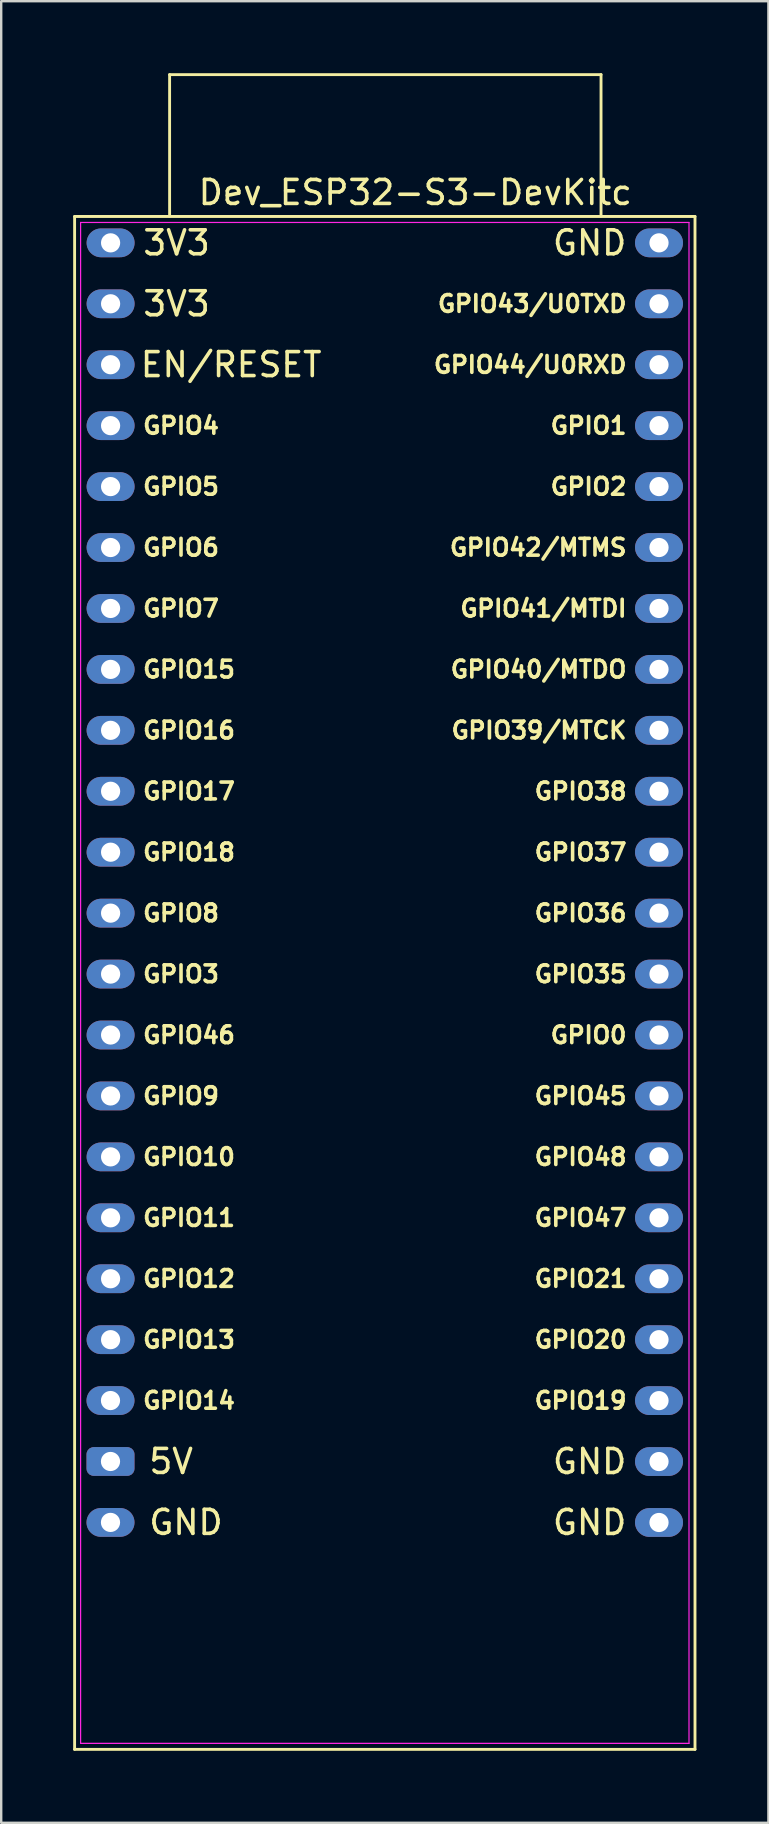
<source format=kicad_pcb>
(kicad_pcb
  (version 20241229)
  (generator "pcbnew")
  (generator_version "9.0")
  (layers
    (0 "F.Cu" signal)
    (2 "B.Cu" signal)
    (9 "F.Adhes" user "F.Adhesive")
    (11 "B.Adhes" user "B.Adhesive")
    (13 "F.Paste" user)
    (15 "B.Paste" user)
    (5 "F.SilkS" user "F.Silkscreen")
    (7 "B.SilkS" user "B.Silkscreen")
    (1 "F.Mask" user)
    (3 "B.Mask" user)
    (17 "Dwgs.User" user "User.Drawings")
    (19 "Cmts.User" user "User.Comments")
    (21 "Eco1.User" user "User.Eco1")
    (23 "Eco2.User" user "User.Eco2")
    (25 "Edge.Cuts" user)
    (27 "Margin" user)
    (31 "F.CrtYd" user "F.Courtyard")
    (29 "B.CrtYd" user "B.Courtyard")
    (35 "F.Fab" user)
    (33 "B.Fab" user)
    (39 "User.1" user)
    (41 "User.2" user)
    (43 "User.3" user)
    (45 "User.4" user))
  (footprint "Dev_ESP32-S3-DevKitc"
    (layer "F.Cu")
    (at 1.556 7.07)
    (property "Reference" "Dev_ESP32-S3-DevKitc" (at 12.704 -2.097 0) (layer "F.SilkS") (effects (font (size 1 1) (thickness 0.15))))
    (attr through_hole)
    (fp_line (start -1.496 62.8) (end 24.364 62.8) (stroke (width 0.12) (type solid)) (layer "F.SilkS"))
    (fp_line (start -1.496 -1.097) (end -1.496 62.8) (stroke (width 0.12) (type solid)) (layer "F.SilkS"))
    (fp_line (start 2.464 -7.01) (end 20.447 -7.01) (stroke (width 0.12) (type solid)) (layer "F.SilkS"))
    (fp_line (start 2.464 -1.118) (end 2.464 -7.01) (stroke (width 0.12) (type solid)) (layer "F.SilkS"))
    (fp_line (start 20.447 -7.01) (end 20.447 -1.118) (stroke (width 0.12) (type solid)) (layer "F.SilkS"))
    (fp_line (start 24.364 62.8) (end 24.364 -1.097) (stroke (width 0.12) (type solid)) (layer "F.SilkS"))
    (fp_line (start 24.364 -1.097) (end -1.496 -1.097) (stroke (width 0.12) (type solid)) (layer "F.SilkS"))
    (fp_line (start -1.246 -0.847) (end 24.114 -0.847) (stroke (width 0.05) (type solid)) (layer "F.CrtYd"))
    (fp_line (start -1.246 62.55) (end -1.246 -0.847) (stroke (width 0.05) (type solid)) (layer "F.CrtYd"))
    (fp_line (start 24.114 -0.847) (end 24.114 62.55) (stroke (width 0.05) (type solid)) (layer "F.CrtYd"))
    (fp_line (start 24.114 62.55) (end -1.246 62.55) (stroke (width 0.05) (type solid)) (layer "F.CrtYd"))
    (fp_text user "GPIO37" (at 21.594 25.403 0) (unlocked yes) (layer "F.SilkS") (effects (font (size 0.7 0.7) (thickness 0.15)) (justify right)))
    (fp_text user "GND" (at 1.524 53.34 0) (unlocked yes) (layer "F.SilkS") (effects (font (size 1 1) (thickness 0.15)) (justify left)))
    (fp_text user "GPIO38" (at 21.594 22.863 0) (unlocked yes) (layer "F.SilkS") (effects (font (size 0.7 0.7) (thickness 0.15)) (justify right)))
    (fp_text user "GPIO14" (at 1.274 48.263 0) (unlocked yes) (layer "F.SilkS") (effects (font (size 0.7 0.7) (thickness 0.15)) (justify left)))
    (fp_text user "GPIO45" (at 21.594 35.563 0) (unlocked yes) (layer "F.SilkS") (effects (font (size 0.7 0.7) (thickness 0.15)) (justify right)))
    (fp_text user "GPIO36" (at 21.594 27.943 0) (unlocked yes) (layer "F.SilkS") (effects (font (size 0.7 0.7) (thickness 0.15)) (justify right)))
    (fp_text user "GPIO48" (at 21.594 38.103 0) (unlocked yes) (layer "F.SilkS") (effects (font (size 0.7 0.7) (thickness 0.15)) (justify right)))
    (fp_text user "GPIO15" (at 1.274 17.783 0) (unlocked yes) (layer "F.SilkS") (effects (font (size 0.7 0.7) (thickness 0.15)) (justify left)))
    (fp_text user "3V3" (at 1.274 0.003 0) (unlocked yes) (layer "F.SilkS") (effects (font (size 1 1) (thickness 0.15)) (justify left)))
    (fp_text user "GPIO4" (at 1.274 7.623 0) (unlocked yes) (layer "F.SilkS") (effects (font (size 0.7 0.7) (thickness 0.15)) (justify left)))
    (fp_text user "GPIO3" (at 1.274 30.483 0) (unlocked yes) (layer "F.SilkS") (effects (font (size 0.7 0.7) (thickness 0.15)) (justify left)))
    (fp_text user "GPIO7" (at 1.274 15.243 0) (unlocked yes) (layer "F.SilkS") (effects (font (size 0.7 0.7) (thickness 0.15)) (justify left)))
    (fp_text user "3V3" (at 1.274 2.543 0) (unlocked yes) (layer "F.SilkS") (effects (font (size 1 1) (thickness 0.15)) (justify left)))
    (fp_text user "GPIO43/U0TXD" (at 21.594 2.543 0) (unlocked yes) (layer "F.SilkS") (effects (font (size 0.7 0.7) (thickness 0.15)) (justify right)))
    (fp_text user "GPIO2" (at 21.594 10.163 0) (unlocked yes) (layer "F.SilkS") (effects (font (size 0.7 0.7) (thickness 0.15)) (justify right)))
    (fp_text user "GPIO19" (at 21.594 48.263 0) (unlocked yes) (layer "F.SilkS") (effects (font (size 0.7 0.7) (thickness 0.15)) (justify right)))
    (fp_text user "GPIO35" (at 21.594 30.483 0) (unlocked yes) (layer "F.SilkS") (effects (font (size 0.7 0.7) (thickness 0.15)) (justify right)))
    (fp_text user "GPIO39/MTCK" (at 21.594 20.323 0) (unlocked yes) (layer "F.SilkS") (effects (font (size 0.7 0.7) (thickness 0.15)) (justify right)))
    (fp_text user "GPIO1" (at 21.594 7.623 0) (unlocked yes) (layer "F.SilkS") (effects (font (size 0.7 0.7) (thickness 0.15)) (justify right)))
    (fp_text user "GND" (at 21.594 50.803 0) (unlocked yes) (layer "F.SilkS") (effects (font (size 1 1) (thickness 0.15)) (justify right)))
    (fp_text user "GPIO41/MTDI" (at 21.594 15.243 0) (unlocked yes) (layer "F.SilkS") (effects (font (size 0.7 0.7) (thickness 0.15)) (justify right)))
    (fp_text user "GPIO20" (at 21.594 45.723 0) (unlocked yes) (layer "F.SilkS") (effects (font (size 0.7 0.7) (thickness 0.15)) (justify right)))
    (fp_text user "GND" (at 21.594 53.343 0) (unlocked yes) (layer "F.SilkS") (effects (font (size 1 1) (thickness 0.15)) (justify right)))
    (fp_text user "EN/RESET" (at 8.89 5.08 0) (unlocked yes) (layer "F.SilkS") (effects (font (size 1 1) (thickness 0.15)) (justify right)))
    (fp_text user "GPIO17" (at 1.274 22.863 0) (unlocked yes) (layer "F.SilkS") (effects (font (size 0.7 0.7) (thickness 0.15)) (justify left)))
    (fp_text user "GPIO40/MTDO" (at 21.594 17.783 0) (unlocked yes) (layer "F.SilkS") (effects (font (size 0.7 0.7) (thickness 0.15)) (justify right)))
    (fp_text user "GPIO9" (at 1.274 35.563 0) (unlocked yes) (layer "F.SilkS") (effects (font (size 0.7 0.7) (thickness 0.15)) (justify left)))
    (fp_text user "GPIO44/U0RXD" (at 21.594 5.083 0) (unlocked yes) (layer "F.SilkS") (effects (font (size 0.7 0.7) (thickness 0.15)) (justify right)))
    (fp_text user "GPIO6" (at 1.274 12.703 0) (unlocked yes) (layer "F.SilkS") (effects (font (size 0.7 0.7) (thickness 0.15)) (justify left)))
    (fp_text user "GPIO11" (at 1.274 40.643 0) (unlocked yes) (layer "F.SilkS") (effects (font (size 0.7 0.7) (thickness 0.15)) (justify left)))
    (fp_text user "GPIO47" (at 21.594 40.643 0) (unlocked yes) (layer "F.SilkS") (effects (font (size 0.7 0.7) (thickness 0.15)) (justify right)))
    (fp_text user "5V" (at 1.524 50.8 0) (unlocked yes) (layer "F.SilkS") (effects (font (size 1 1) (thickness 0.15)) (justify left)))
    (fp_text user "GPIO5" (at 1.274 10.163 0) (unlocked yes) (layer "F.SilkS") (effects (font (size 0.7 0.7) (thickness 0.15)) (justify left)))
    (fp_text user "GPIO18" (at 1.274 25.403 0) (unlocked yes) (layer "F.SilkS") (effects (font (size 0.7 0.7) (thickness 0.15)) (justify left)))
    (fp_text user "GPIO42/MTMS" (at 21.594 12.703 0) (unlocked yes) (layer "F.SilkS") (effects (font (size 0.7 0.7) (thickness 0.15)) (justify right)))
    (fp_text user "GPIO12" (at 1.274 43.183 0) (unlocked yes) (layer "F.SilkS") (effects (font (size 0.7 0.7) (thickness 0.15)) (justify left)))
    (fp_text user "GND" (at 21.594 0.003 0) (unlocked yes) (layer "F.SilkS") (effects (font (size 1 1) (thickness 0.15)) (justify right)))
    (fp_text user "GPIO16" (at 1.274 20.323 0) (unlocked yes) (layer "F.SilkS") (effects (font (size 0.7 0.7) (thickness 0.15)) (justify left)))
    (fp_text user "GPIO10" (at 1.274 38.103 0) (unlocked yes) (layer "F.SilkS") (effects (font (size 0.7 0.7) (thickness 0.15)) (justify left)))
    (fp_text user "GPIO21" (at 21.594 43.183 0) (unlocked yes) (layer "F.SilkS") (effects (font (size 0.7 0.7) (thickness 0.15)) (justify right)))
    (fp_text user "GPIO0" (at 21.594 33.023 0) (unlocked yes) (layer "F.SilkS") (effects (font (size 0.7 0.7) (thickness 0.15)) (justify right)))
    (fp_text user "GPIO46" (at 1.274 33.023 0) (unlocked yes) (layer "F.SilkS") (effects (font (size 0.7 0.7) (thickness 0.15)) (justify left)))
    (fp_text user "GPIO8" (at 1.274 27.943 0) (unlocked yes) (layer "F.SilkS") (effects (font (size 0.7 0.7) (thickness 0.15)) (justify left)))
    (fp_text user "GPIO13" (at 1.274 45.723 0) (unlocked yes) (layer "F.SilkS") (effects (font (size 0.7 0.7) (thickness 0.15)) (justify left)))
    (pad "1" thru_hole oval (at 0.004 0.003 270) (size 1.2 2) (drill 0.8) (layers "*.Cu" "*.Mask"))
    (pad "2" thru_hole oval (at 0.004 2.543 270) (size 1.2 2) (drill 0.8) (layers "*.Cu" "*.Mask"))
    (pad "3" thru_hole oval (at 0.004 5.083 270) (size 1.2 2) (drill 0.8) (layers "*.Cu" "*.Mask"))
    (pad "4" thru_hole oval (at 0.004 7.623 270) (size 1.2 2) (drill 0.8) (layers "*.Cu" "*.Mask"))
    (pad "5" thru_hole oval (at 0.004 10.163 270) (size 1.2 2) (drill 0.8) (layers "*.Cu" "*.Mask"))
    (pad "6" thru_hole oval (at 0.004 12.703 270) (size 1.2 2) (drill 0.8) (layers "*.Cu" "*.Mask"))
    (pad "7" thru_hole oval (at 0.004 15.243 270) (size 1.2 2) (drill 0.8) (layers "*.Cu" "*.Mask"))
    (pad "8" thru_hole oval (at 0.004 17.783 270) (size 1.2 2) (drill 0.8) (layers "*.Cu" "*.Mask"))
    (pad "9" thru_hole oval (at 0.004 20.323 270) (size 1.2 2) (drill 0.8) (layers "*.Cu" "*.Mask"))
    (pad "10" thru_hole oval (at 0.004 22.863 270) (size 1.2 2) (drill 0.8) (layers "*.Cu" "*.Mask"))
    (pad "11" thru_hole oval (at 0.004 25.403 270) (size 1.2 2) (drill 0.8) (layers "*.Cu" "*.Mask"))
    (pad "12" thru_hole oval (at 0.004 27.943 270) (size 1.2 2) (drill 0.8) (layers "*.Cu" "*.Mask"))
    (pad "13" thru_hole oval (at 0.004 30.483 270) (size 1.2 2) (drill 0.8) (layers "*.Cu" "*.Mask"))
    (pad "14" thru_hole oval (at 0.004 33.023 270) (size 1.2 2) (drill 0.8) (layers "*.Cu" "*.Mask"))
    (pad "15" thru_hole oval (at 0.004 35.563 270) (size 1.2 2) (drill 0.8) (layers "*.Cu" "*.Mask"))
    (pad "16" thru_hole oval (at 0.004 38.103 270) (size 1.2 2) (drill 0.8) (layers "*.Cu" "*.Mask"))
    (pad "17" thru_hole oval (at 0.004 40.643 270) (size 1.2 2) (drill 0.8) (layers "*.Cu" "*.Mask"))
    (pad "18" thru_hole oval (at 0.004 43.183 270) (size 1.2 2) (drill 0.8) (layers "*.Cu" "*.Mask"))
    (pad "19" thru_hole oval (at 0.004 45.723 270) (size 1.2 2) (drill 0.8) (layers "*.Cu" "*.Mask"))
    (pad "20" thru_hole oval (at 0 48.26 270) (size 1.2 2) (drill 0.8) (layers "*.Cu" "*.Mask"))
    (pad "21" thru_hole roundrect (at 0 50.8 270) (size 1.2 2) (drill 0.8) (layers "*.Cu" "*.Mask") (roundrect_rratio 0.25))
    (pad "22" thru_hole oval (at 0 53.34 270) (size 1.2 2) (drill 0.8) (layers "*.Cu" "*.Mask"))
    (pad "23" thru_hole oval (at 22.864 53.343 270) (size 1.2 2) (drill 0.8) (layers "*.Cu" "*.Mask"))
    (pad "24" thru_hole oval (at 22.864 50.803 270) (size 1.2 2) (drill 0.8) (layers "*.Cu" "*.Mask"))
    (pad "25" thru_hole oval (at 22.864 48.263 270) (size 1.2 2) (drill 0.8) (layers "*.Cu" "*.Mask"))
    (pad "26" thru_hole oval (at 22.864 45.723 270) (size 1.2 2) (drill 0.8) (layers "*.Cu" "*.Mask"))
    (pad "27" thru_hole oval (at 22.864 43.183 270) (size 1.2 2) (drill 0.8) (layers "*.Cu" "*.Mask"))
    (pad "28" thru_hole oval (at 22.864 40.643 270) (size 1.2 2) (drill 0.8) (layers "*.Cu" "*.Mask"))
    (pad "29" thru_hole oval (at 22.864 38.103 270) (size 1.2 2) (drill 0.8) (layers "*.Cu" "*.Mask"))
    (pad "30" thru_hole oval (at 22.864 35.563 270) (size 1.2 2) (drill 0.8) (layers "*.Cu" "*.Mask"))
    (pad "31" thru_hole oval (at 22.864 33.023 270) (size 1.2 2) (drill 0.8) (layers "*.Cu" "*.Mask"))
    (pad "32" thru_hole oval (at 22.864 30.483 270) (size 1.2 2) (drill 0.8) (layers "*.Cu" "*.Mask"))
    (pad "33" thru_hole oval (at 22.864 27.943 270) (size 1.2 2) (drill 0.8) (layers "*.Cu" "*.Mask"))
    (pad "34" thru_hole oval (at 22.864 25.403 270) (size 1.2 2) (drill 0.8) (layers "*.Cu" "*.Mask"))
    (pad "35" thru_hole oval (at 22.864 22.863 270) (size 1.2 2) (drill 0.8) (layers "*.Cu" "*.Mask"))
    (pad "36" thru_hole oval (at 22.864 20.323 270) (size 1.2 2) (drill 0.8) (layers "*.Cu" "*.Mask"))
    (pad "37" thru_hole oval (at 22.864 17.783 270) (size 1.2 2) (drill 0.8) (layers "*.Cu" "*.Mask"))
    (pad "38" thru_hole oval (at 22.864 15.243 270) (size 1.2 2) (drill 0.8) (layers "*.Cu" "*.Mask"))
    (pad "39" thru_hole oval (at 22.864 12.703 270) (size 1.2 2) (drill 0.8) (layers "*.Cu" "*.Mask"))
    (pad "40" thru_hole oval (at 22.864 10.163 270) (size 1.2 2) (drill 0.8) (layers "*.Cu" "*.Mask"))
    (pad "41" thru_hole oval (at 22.864 7.623 270) (size 1.2 2) (drill 0.8) (layers "*.Cu" "*.Mask"))
    (pad "42" thru_hole oval (at 22.864 5.083 270) (size 1.2 2) (drill 0.8) (layers "*.Cu" "*.Mask"))
    (pad "43" thru_hole oval (at 22.864 2.543 270) (size 1.2 2) (drill 0.8) (layers "*.Cu" "*.Mask"))
    (pad "44" thru_hole oval (at 22.864 0.003 270) (size 1.2 2) (drill 0.8) (layers "*.Cu" "*.Mask")))
  (gr_rect
    (start -3 -3)
    (end 28.98 72.93)
    (stroke (width 0.1) (type default))
    (fill no)
    (layer "Edge.Cuts")))
</source>
